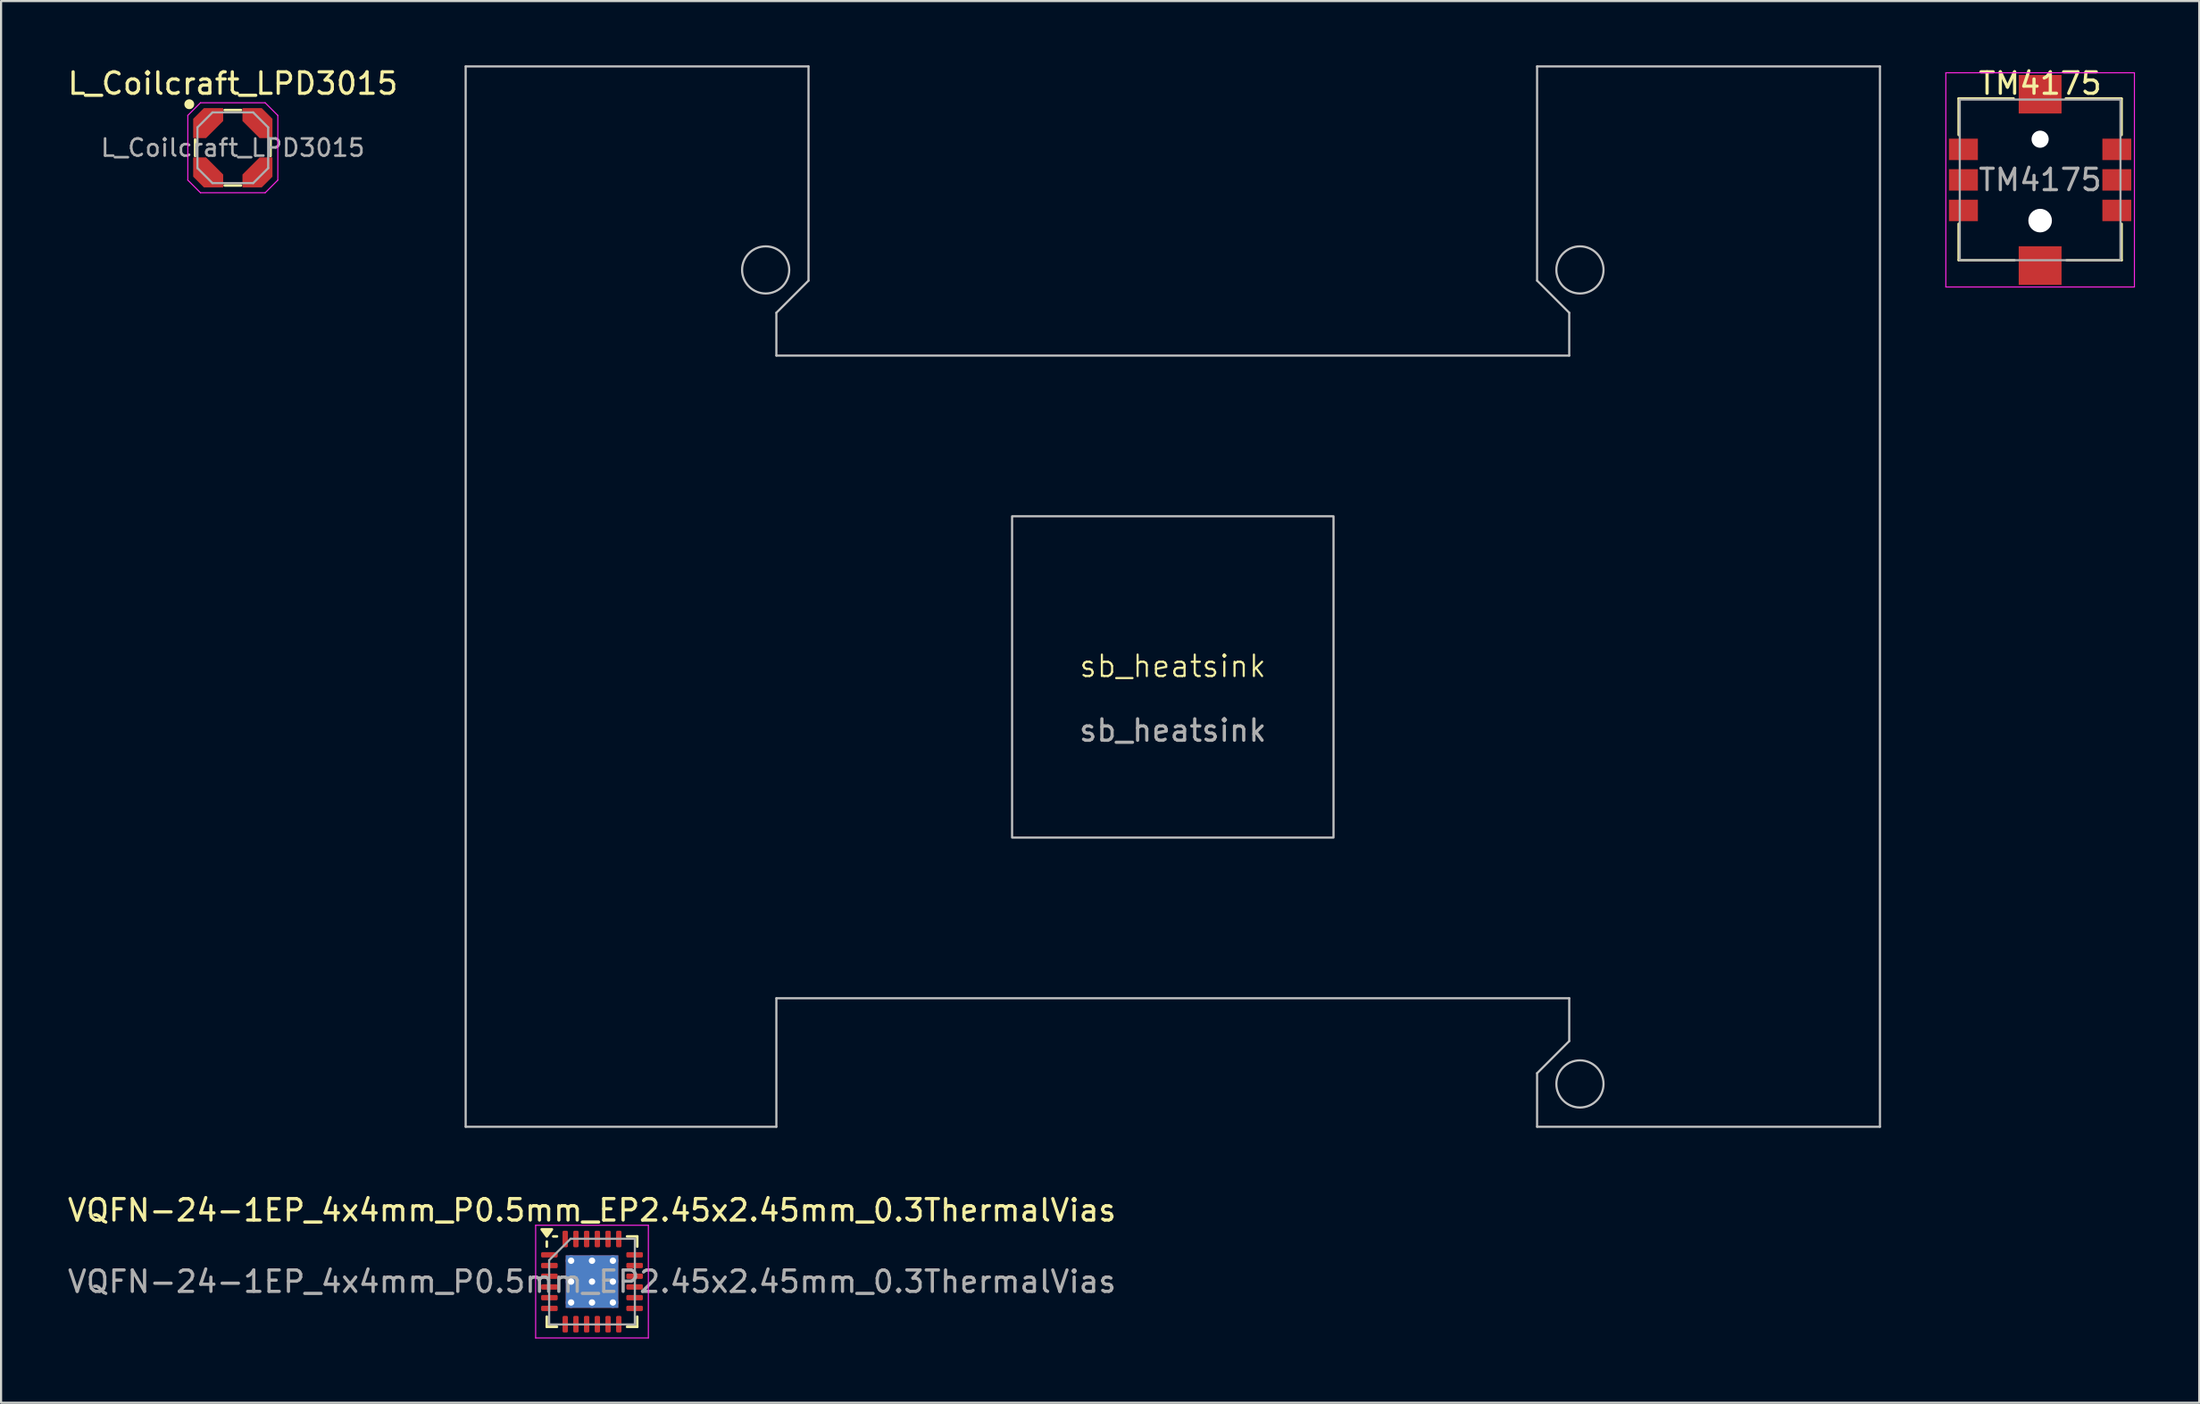
<source format=kicad_pcb>
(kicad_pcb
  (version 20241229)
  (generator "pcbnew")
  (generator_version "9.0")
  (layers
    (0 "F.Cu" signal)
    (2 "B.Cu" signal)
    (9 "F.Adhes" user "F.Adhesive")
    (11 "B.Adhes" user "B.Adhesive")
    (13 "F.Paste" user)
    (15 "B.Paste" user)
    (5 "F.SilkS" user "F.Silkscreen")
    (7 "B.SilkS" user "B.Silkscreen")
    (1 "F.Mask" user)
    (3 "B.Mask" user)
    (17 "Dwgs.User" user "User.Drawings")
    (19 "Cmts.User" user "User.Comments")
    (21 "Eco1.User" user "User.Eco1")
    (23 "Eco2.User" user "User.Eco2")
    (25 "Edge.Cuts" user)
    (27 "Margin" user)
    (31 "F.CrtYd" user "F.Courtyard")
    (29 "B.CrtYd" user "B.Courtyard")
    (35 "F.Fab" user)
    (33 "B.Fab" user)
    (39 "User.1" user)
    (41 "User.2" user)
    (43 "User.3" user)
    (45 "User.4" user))
  (footprint "sb_heatsink"
    (layer "F.Cu")
    (at 51.681 28.55)
    (property "Reference" "sb_heatsink" (at 0 -0.5 0) (unlocked yes) (layer "F.SilkS") (effects (font (size 1 1) (thickness 0.1))))
    (attr smd)
    (fp_line (start -33 -28.5) (end -33 21) (stroke (width 0.1) (type default)) (layer "Dwgs.User"))
    (fp_line (start -18.5 -15) (end -18.5 -17) (stroke (width 0.1) (type default)) (layer "Dwgs.User"))
    (fp_line (start -18.5 15) (end -18.5 21) (stroke (width 0.1) (type default)) (layer "Dwgs.User"))
    (fp_line (start -18.5 21) (end -33 21) (stroke (width 0.1) (type default)) (layer "Dwgs.User"))
    (fp_line (start -17 -28.5) (end -33 -28.5) (stroke (width 0.1) (type default)) (layer "Dwgs.User"))
    (fp_line (start -17 -28.5) (end -17 -18.5) (stroke (width 0.1) (type default)) (layer "Dwgs.User"))
    (fp_line (start -17 -18.5) (end -18.5 -17) (stroke (width 0.1) (type default)) (layer "Dwgs.User"))
    (fp_line (start 17 -28.5) (end 17 -18.5) (stroke (width 0.1) (type default)) (layer "Dwgs.User"))
    (fp_line (start 17 18.5) (end 17 21) (stroke (width 0.1) (type default)) (layer "Dwgs.User"))
    (fp_line (start 18.5 -17) (end 17 -18.5) (stroke (width 0.1) (type default)) (layer "Dwgs.User"))
    (fp_line (start 18.5 -15) (end -18.5 -15) (stroke (width 0.1) (type default)) (layer "Dwgs.User"))
    (fp_line (start 18.5 -15) (end 18.5 -17) (stroke (width 0.1) (type default)) (layer "Dwgs.User"))
    (fp_line (start 18.5 15) (end -18.5 15) (stroke (width 0.1) (type default)) (layer "Dwgs.User"))
    (fp_line (start 18.5 17) (end 17 18.5) (stroke (width 0.1) (type default)) (layer "Dwgs.User"))
    (fp_line (start 18.5 17) (end 18.5 15) (stroke (width 0.1) (type default)) (layer "Dwgs.User"))
    (fp_line (start 33 -28.5) (end 17 -28.5) (stroke (width 0.1) (type default)) (layer "Dwgs.User"))
    (fp_line (start 33 -28.5) (end 33 21) (stroke (width 0.1) (type default)) (layer "Dwgs.User"))
    (fp_line (start 33 21) (end 17 21) (stroke (width 0.1) (type default)) (layer "Dwgs.User"))
    (fp_rect (start -7.5 7.5) (end 7.5 -7.5) (stroke (width 0.1) (type default)) (fill no) (layer "Dwgs.User"))
    (fp_circle (center -19 -19) (end -17.9 -19) (stroke (width 0.1) (type default)) (fill no) (layer "Dwgs.User"))
    (fp_circle (center 19 -19) (end 20.1 -19) (stroke (width 0.1) (type default)) (fill no) (layer "Dwgs.User"))
    (fp_circle (center 19 19) (end 20.1 19) (stroke (width 0.1) (type default)) (fill no) (layer "Dwgs.User"))
    (fp_text user "${REFERENCE}" (at 0 2.5 0) (unlocked yes) (layer "F.Fab") (effects (font (size 1 1) (thickness 0.15))))
    (zone (net_name "") (layers "F.Cu" "F.CrtYd") (hatch edge 0.5) (connect_pads) (min_thickness 0.25) (filled_areas_thickness no) (keepout (tracks allowed) (vias allowed) (pads allowed) (copperpour allowed) (footprints not_allowed)) (placement (enabled no)) (fill) (polygon (pts (xy 18.681 0.05) (xy 18.681 49.55) (xy 33.181 49.55) (xy 33.181 43.55) (xy 51.681 43.55) (xy 51.681 36.05) (xy 44.181 36.05) (xy 44.181 21.05) (xy 59.181 21.05) (xy 59.181 36.05) (xy 51.681 36.05) (xy 51.681 43.55) (xy 70.181 43.55) (xy 70.181 45.55) (xy 68.681 47.05) (xy 68.681 49.55) (xy 84.681 49.55) (xy 84.681 0.05) (xy 68.681 0.05) (xy 68.681 10.05) (xy 70.181 11.55) (xy 70.181 13.55) (xy 33.181 13.55) (xy 33.181 11.55) (xy 34.681 10.05) (xy 34.681 0.05)))))
  (footprint "VQFN-24-1EP_4x4mm_P0.5mm_EP2.45x2.45mm_0.3ThermalVias"
    (layer "F.Cu")
    (at 24.577 56.778)
    (property "Reference" "VQFN-24-1EP_4x4mm_P0.5mm_EP2.45x2.45mm_0.3ThermalVias" (at 0 -3.33 0) (layer "F.SilkS") (effects (font (size 1 1) (thickness 0.15))))
    (attr smd)
    (fp_line (start -2.11 -1.635) (end -2.11 -1.87) (stroke (width 0.12) (type solid)) (layer "F.SilkS"))
    (fp_line (start -2.11 2.11) (end -2.11 1.635) (stroke (width 0.12) (type solid)) (layer "F.SilkS"))
    (fp_line (start -1.635 -2.11) (end -1.81 -2.11) (stroke (width 0.12) (type solid)) (layer "F.SilkS"))
    (fp_line (start -1.635 2.11) (end -2.11 2.11) (stroke (width 0.12) (type solid)) (layer "F.SilkS"))
    (fp_line (start 1.635 -2.11) (end 2.11 -2.11) (stroke (width 0.12) (type solid)) (layer "F.SilkS"))
    (fp_line (start 1.635 2.11) (end 2.11 2.11) (stroke (width 0.12) (type solid)) (layer "F.SilkS"))
    (fp_line (start 2.11 -2.11) (end 2.11 -1.635) (stroke (width 0.12) (type solid)) (layer "F.SilkS"))
    (fp_line (start 2.11 2.11) (end 2.11 1.635) (stroke (width 0.12) (type solid)) (layer "F.SilkS"))
    (fp_poly (pts (xy -2.11 -2.11) (xy -2.35 -2.44) (xy -1.87 -2.44) (xy -2.11 -2.11)) (stroke (width 0.12) (type solid)) (fill yes) (layer "F.SilkS"))
    (fp_line (start -2.63 -2.63) (end -2.63 2.63) (stroke (width 0.05) (type solid)) (layer "F.CrtYd"))
    (fp_line (start -2.63 2.63) (end 2.63 2.63) (stroke (width 0.05) (type solid)) (layer "F.CrtYd"))
    (fp_line (start 2.63 -2.63) (end -2.63 -2.63) (stroke (width 0.05) (type solid)) (layer "F.CrtYd"))
    (fp_line (start 2.63 2.63) (end 2.63 -2.63) (stroke (width 0.05) (type solid)) (layer "F.CrtYd"))
    (fp_line (start -2 -1) (end -1 -2) (stroke (width 0.1) (type solid)) (layer "F.Fab"))
    (fp_line (start -2 2) (end -2 -1) (stroke (width 0.1) (type solid)) (layer "F.Fab"))
    (fp_line (start -1 -2) (end 2 -2) (stroke (width 0.1) (type solid)) (layer "F.Fab"))
    (fp_line (start 2 -2) (end 2 2) (stroke (width 0.1) (type solid)) (layer "F.Fab"))
    (fp_line (start 2 2) (end -2 2) (stroke (width 0.1) (type solid)) (layer "F.Fab"))
    (fp_text user "${REFERENCE}" (at 0 0 0) (layer "F.Fab") (effects (font (size 1 1) (thickness 0.15))))
    (pad "" smd custom (at -0.56 -0.56) (size 0.756 0.756) (layers "F.Paste") (options (anchor circle)) (primitives (gr_poly (pts (xy -0.301 -0.175) (xy -0.175 -0.301) (xy 0.175 -0.301) (xy 0.301 -0.175) (xy 0.301 0.175) (xy 0.175 0.301) (xy -0.175 0.301) (xy -0.301 0.175)) (width 0.306) (fill yes))))
    (pad "" smd custom (at -0.56 0.56) (size 0.756 0.756) (layers "F.Paste") (options (anchor circle)) (primitives (gr_poly (pts (xy -0.301 -0.175) (xy -0.175 -0.301) (xy 0.175 -0.301) (xy 0.301 -0.175) (xy 0.301 0.175) (xy 0.175 0.301) (xy -0.175 0.301) (xy -0.301 0.175)) (width 0.306) (fill yes))))
    (pad "" smd custom (at 0.56 -0.56) (size 0.756 0.756) (layers "F.Paste") (options (anchor circle)) (primitives (gr_poly (pts (xy -0.301 -0.175) (xy -0.175 -0.301) (xy 0.175 -0.301) (xy 0.301 -0.175) (xy 0.301 0.175) (xy 0.175 0.301) (xy -0.175 0.301) (xy -0.301 0.175)) (width 0.306) (fill yes))))
    (pad "" smd custom (at 0.56 0.56) (size 0.756 0.756) (layers "F.Paste") (options (anchor circle)) (primitives (gr_poly (pts (xy -0.301 -0.175) (xy -0.175 -0.301) (xy 0.175 -0.301) (xy 0.301 -0.175) (xy 0.301 0.175) (xy 0.175 0.301) (xy -0.175 0.301) (xy -0.301 0.175)) (width 0.306) (fill yes))))
    (pad "1" smd roundrect (at -1.988 -1.25) (size 0.775 0.25) (layers "F.Cu" "F.Mask" "F.Paste") (roundrect_rratio 0.25))
    (pad "2" smd roundrect (at -1.988 -0.75) (size 0.775 0.25) (layers "F.Cu" "F.Mask" "F.Paste") (roundrect_rratio 0.25))
    (pad "3" smd roundrect (at -1.988 -0.25) (size 0.775 0.25) (layers "F.Cu" "F.Mask" "F.Paste") (roundrect_rratio 0.25))
    (pad "4" smd roundrect (at -1.988 0.25) (size 0.775 0.25) (layers "F.Cu" "F.Mask" "F.Paste") (roundrect_rratio 0.25))
    (pad "5" smd roundrect (at -1.988 0.75) (size 0.775 0.25) (layers "F.Cu" "F.Mask" "F.Paste") (roundrect_rratio 0.25))
    (pad "6" smd roundrect (at -1.988 1.25) (size 0.775 0.25) (layers "F.Cu" "F.Mask" "F.Paste") (roundrect_rratio 0.25))
    (pad "7" smd roundrect (at -1.25 1.988) (size 0.25 0.775) (layers "F.Cu" "F.Mask" "F.Paste") (roundrect_rratio 0.25))
    (pad "8" smd roundrect (at -0.75 1.988) (size 0.25 0.775) (layers "F.Cu" "F.Mask" "F.Paste") (roundrect_rratio 0.25))
    (pad "9" smd roundrect (at -0.25 1.988) (size 0.25 0.775) (layers "F.Cu" "F.Mask" "F.Paste") (roundrect_rratio 0.25))
    (pad "10" smd roundrect (at 0.25 1.988) (size 0.25 0.775) (layers "F.Cu" "F.Mask" "F.Paste") (roundrect_rratio 0.25))
    (pad "11" smd roundrect (at 0.75 1.988) (size 0.25 0.775) (layers "F.Cu" "F.Mask" "F.Paste") (roundrect_rratio 0.25))
    (pad "12" smd roundrect (at 1.25 1.988) (size 0.25 0.775) (layers "F.Cu" "F.Mask" "F.Paste") (roundrect_rratio 0.25))
    (pad "13" smd roundrect (at 1.988 1.25) (size 0.775 0.25) (layers "F.Cu" "F.Mask" "F.Paste") (roundrect_rratio 0.25))
    (pad "14" smd roundrect (at 1.988 0.75) (size 0.775 0.25) (layers "F.Cu" "F.Mask" "F.Paste") (roundrect_rratio 0.25))
    (pad "15" smd roundrect (at 1.988 0.25) (size 0.775 0.25) (layers "F.Cu" "F.Mask" "F.Paste") (roundrect_rratio 0.25))
    (pad "16" smd roundrect (at 1.988 -0.25) (size 0.775 0.25) (layers "F.Cu" "F.Mask" "F.Paste") (roundrect_rratio 0.25))
    (pad "17" smd roundrect (at 1.988 -0.75) (size 0.775 0.25) (layers "F.Cu" "F.Mask" "F.Paste") (roundrect_rratio 0.25))
    (pad "18" smd roundrect (at 1.988 -1.25) (size 0.775 0.25) (layers "F.Cu" "F.Mask" "F.Paste") (roundrect_rratio 0.25))
    (pad "19" smd roundrect (at 1.25 -1.988) (size 0.25 0.775) (layers "F.Cu" "F.Mask" "F.Paste") (roundrect_rratio 0.25))
    (pad "20" smd roundrect (at 0.75 -1.988) (size 0.25 0.775) (layers "F.Cu" "F.Mask" "F.Paste") (roundrect_rratio 0.25))
    (pad "21" smd roundrect (at 0.25 -1.988) (size 0.25 0.775) (layers "F.Cu" "F.Mask" "F.Paste") (roundrect_rratio 0.25))
    (pad "22" smd roundrect (at -0.25 -1.988) (size 0.25 0.775) (layers "F.Cu" "F.Mask" "F.Paste") (roundrect_rratio 0.25))
    (pad "23" smd roundrect (at -0.75 -1.988) (size 0.25 0.775) (layers "F.Cu" "F.Mask" "F.Paste") (roundrect_rratio 0.25))
    (pad "24" smd roundrect (at -1.25 -1.988) (size 0.25 0.775) (layers "F.Cu" "F.Mask" "F.Paste") (roundrect_rratio 0.25))
    (pad "25" thru_hole circle (at -0.975 -0.975) (size 0.5 0.5) (drill 0.3) (property pad_prop_heatsink) (layers "*.Cu"))
    (pad "25" thru_hole circle (at -0.975 0) (size 0.5 0.5) (drill 0.3) (property pad_prop_heatsink) (layers "*.Cu"))
    (pad "25" thru_hole circle (at -0.975 0.975) (size 0.5 0.5) (drill 0.3) (property pad_prop_heatsink) (layers "*.Cu"))
    (pad "25" thru_hole circle (at 0 -0.975) (size 0.5 0.5) (drill 0.3) (property pad_prop_heatsink) (layers "*.Cu"))
    (pad "25" thru_hole circle (at 0 0) (size 0.5 0.5) (drill 0.3) (property pad_prop_heatsink) (layers "*.Cu"))
    (pad "25" smd rect (at 0 0) (size 2.45 2.45) (property pad_prop_heatsink) (layers "F.Cu" "F.Mask"))
    (pad "25" smd rect (at 0 0) (size 2.45 2.45) (property pad_prop_heatsink) (layers "B.Cu"))
    (pad "25" thru_hole circle (at 0 0.975) (size 0.5 0.5) (drill 0.3) (property pad_prop_heatsink) (layers "*.Cu"))
    (pad "25" thru_hole circle (at 0.975 -0.975) (size 0.5 0.5) (drill 0.3) (property pad_prop_heatsink) (layers "*.Cu"))
    (pad "25" thru_hole circle (at 0.975 0) (size 0.5 0.5) (drill 0.3) (property pad_prop_heatsink) (layers "*.Cu"))
    (pad "25" thru_hole circle (at 0.975 0.975) (size 0.5 0.5) (drill 0.3) (property pad_prop_heatsink) (layers "*.Cu")))
  (footprint "L_Coilcraft_LPD3015"
    (layer "F.Cu")
    (at 7.815 3.848)
    (property "Reference" "L_Coilcraft_LPD3015" (at 0 -3 0) (layer "F.SilkS") (effects (font (size 1 1) (thickness 0.15))))
    (attr smd)
    (fp_line (start -1.76 0.381) (end -1.76 -0.381) (stroke (width 0.12) (type solid)) (layer "F.SilkS"))
    (fp_line (start -0.381 -1.76) (end 0.381 -1.76) (stroke (width 0.12) (type solid)) (layer "F.SilkS"))
    (fp_line (start -0.381 1.76) (end 0.381 1.76) (stroke (width 0.12) (type solid)) (layer "F.SilkS"))
    (fp_line (start 1.76 0.381) (end 1.76 -0.381) (stroke (width 0.12) (type solid)) (layer "F.SilkS"))
    (fp_circle (center -2.032 -2.032) (end -1.905 -1.905) (stroke (width 0.1) (type solid)) (fill yes) (layer "F.SilkS"))
    (fp_line (start -2.1 -1.51) (end -2.1 1.51) (stroke (width 0.05) (type solid)) (layer "F.CrtYd"))
    (fp_line (start -1.51 -2.1) (end -2.1 -1.51) (stroke (width 0.05) (type solid)) (layer "F.CrtYd"))
    (fp_line (start -1.51 -2.1) (end 1.51 -2.1) (stroke (width 0.05) (type solid)) (layer "F.CrtYd"))
    (fp_line (start -1.51 2.1) (end -2.1 1.51) (stroke (width 0.05) (type solid)) (layer "F.CrtYd"))
    (fp_line (start -1.51 2.1) (end 1.51 2.1) (stroke (width 0.05) (type solid)) (layer "F.CrtYd"))
    (fp_line (start 1.51 -2.1) (end 2.1 -1.51) (stroke (width 0.05) (type solid)) (layer "F.CrtYd"))
    (fp_line (start 1.51 2.1) (end 2.1 1.51) (stroke (width 0.05) (type solid)) (layer "F.CrtYd"))
    (fp_line (start 2.1 -1.51) (end 2.1 1.51) (stroke (width 0.05) (type solid)) (layer "F.CrtYd"))
    (fp_line (start -1.65 -0.95) (end -0.95 -1.65) (stroke (width 0.1) (type solid)) (layer "F.Fab"))
    (fp_line (start -1.65 0.95) (end -1.65 -0.95) (stroke (width 0.1) (type solid)) (layer "F.Fab"))
    (fp_line (start -1.65 0.95) (end -0.95 1.65) (stroke (width 0.1) (type solid)) (layer "F.Fab"))
    (fp_line (start -0.95 -1.65) (end 0.95 -1.65) (stroke (width 0.1) (type solid)) (layer "F.Fab"))
    (fp_line (start 0.95 -1.65) (end 1.65 -0.95) (stroke (width 0.1) (type solid)) (layer "F.Fab"))
    (fp_line (start 0.95 1.65) (end -0.95 1.65) (stroke (width 0.1) (type solid)) (layer "F.Fab"))
    (fp_line (start 0.95 1.65) (end 1.65 0.95) (stroke (width 0.1) (type solid)) (layer "F.Fab"))
    (fp_line (start 1.65 -0.95) (end 1.65 0.95) (stroke (width 0.1) (type solid)) (layer "F.Fab"))
    (fp_text user "${REFERENCE}" (at 0 0 0) (layer "F.Fab") (effects (font (size 0.8 0.8) (thickness 0.12))))
    (pad "1" smd custom (at -1.55 -0.9) (size 0.6 0.4) (layers "F.Cu" "F.Mask" "F.Paste") (options (anchor rect)) (primitives (gr_poly (pts (xy 1.1 -0.35) (xy 0.3 0.45) (xy -0.3 0.45) (xy -0.3 -0.45) (xy 0.2 -0.95) (xy 1.1 -0.95)) (width 0) (fill yes))))
    (pad "2" smd custom (at -1.55 0.9) (size 0.6 0.4) (layers "F.Cu" "F.Mask" "F.Paste") (options (anchor rect)) (primitives (gr_poly (pts (xy 1.1 0.35) (xy 0.3 -0.45) (xy -0.3 -0.45) (xy -0.3 0.45) (xy 0.2 0.95) (xy 1.1 0.95)) (width 0) (fill yes))))
    (pad "3" smd custom (at 1.55 0.9) (size 0.6 0.4) (layers "F.Cu" "F.Mask" "F.Paste") (options (anchor rect)) (primitives (gr_poly (pts (xy -1.1 0.35) (xy -0.3 -0.45) (xy 0.3 -0.45) (xy 0.3 0.45) (xy -0.2 0.95) (xy -1.1 0.95)) (width 0) (fill yes))))
    (pad "4" smd custom (at 1.55 -0.9) (size 0.6 0.4) (layers "F.Cu" "F.Mask" "F.Paste") (options (anchor rect)) (primitives (gr_poly (pts (xy -1.1 -0.35) (xy -0.3 0.45) (xy 0.3 0.45) (xy 0.3 -0.45) (xy -0.2 -0.95) (xy -1.1 -0.95)) (width 0) (fill yes)))))
  (footprint "TM4175"
    (layer "F.Cu")
    (at 92.156 5.348)
    (property "Reference" "TM4175" (at 0 -4.5 0) (layer "F.SilkS") (effects (font (size 1 1) (thickness 0.15))))
    (attr smd)
    (fp_line (start -3.8 -2.1) (end -3.8 -3.8) (stroke (width 0.12) (type solid)) (layer "F.SilkS"))
    (fp_line (start -3.8 2.05) (end -3.8 3.725) (stroke (width 0.12) (type solid)) (layer "F.SilkS"))
    (fp_line (start -3.8 3.75) (end -1.2 3.75) (stroke (width 0.12) (type solid)) (layer "F.SilkS"))
    (fp_line (start -1.238 -3.8) (end -3.8 -3.8) (stroke (width 0.12) (type solid)) (layer "F.SilkS"))
    (fp_line (start 1.238 3.75) (end 3.8 3.75) (stroke (width 0.12) (type solid)) (layer "F.SilkS"))
    (fp_line (start 3.8 -3.8) (end 1.2 -3.8) (stroke (width 0.12) (type solid)) (layer "F.SilkS"))
    (fp_line (start 3.8 -2.1) (end 3.8 -3.775) (stroke (width 0.12) (type solid)) (layer "F.SilkS"))
    (fp_line (start 3.8 2.05) (end 3.8 3.75) (stroke (width 0.12) (type solid)) (layer "F.SilkS"))
    (fp_line (start -4.4 5) (end -4.4 -5) (stroke (width 0.05) (type solid)) (layer "F.CrtYd"))
    (fp_line (start 4.4 -5) (end -4.4 -5) (stroke (width 0.05) (type solid)) (layer "F.CrtYd"))
    (fp_line (start 4.4 5) (end -4.4 5) (stroke (width 0.05) (type solid)) (layer "F.CrtYd"))
    (fp_line (start 4.4 5) (end 4.4 -5) (stroke (width 0.05) (type solid)) (layer "F.CrtYd"))
    (fp_line (start -3.75 3.75) (end -3.75 -3.75) (stroke (width 0.1) (type solid)) (layer "F.Fab"))
    (fp_line (start 3.75 -3.75) (end -3.75 -3.75) (stroke (width 0.1) (type solid)) (layer "F.Fab"))
    (fp_line (start 3.75 3.75) (end -3.75 3.75) (stroke (width 0.1) (type solid)) (layer "F.Fab"))
    (fp_line (start 3.75 3.75) (end 3.75 -3.75) (stroke (width 0.1) (type solid)) (layer "F.Fab"))
    (fp_text user "${REFERENCE}" (at 0 0 0) (layer "F.Fab") (effects (font (size 1 1) (thickness 0.15))))
    (pad "" np_thru_hole circle (at 0 -1.9 180) (size 0.8 0.8) (drill 0.8) (layers "*.Cu" "*.Mask"))
    (pad "" np_thru_hole circle (at 0 1.9 180) (size 1.1 1.1) (drill 1.1) (layers "*.Cu" "*.Mask"))
    (pad "1" smd rect (at 3.58 1.425 180) (size 1.35 1) (layers "F.Cu" "F.Mask" "F.Paste"))
    (pad "2" smd rect (at 3.58 0 180) (size 1.35 1) (layers "F.Cu" "F.Mask" "F.Paste"))
    (pad "3" smd rect (at 3.58 -1.425 180) (size 1.35 1) (layers "F.Cu" "F.Mask" "F.Paste"))
    (pad "4" smd rect (at -3.58 1.425 180) (size 1.35 1) (layers "F.Cu" "F.Mask" "F.Paste"))
    (pad "5" smd rect (at -3.58 0 180) (size 1.35 1) (layers "F.Cu" "F.Mask" "F.Paste"))
    (pad "6" smd rect (at -3.58 -1.425 180) (size 1.35 1) (layers "F.Cu" "F.Mask" "F.Paste"))
    (pad "MP" smd rect (at 0 -4 180) (size 2 1.8) (layers "F.Cu" "F.Mask" "F.Paste"))
    (pad "MP" smd rect (at 0 4 180) (size 2 1.8) (layers "F.Cu" "F.Mask" "F.Paste")))
  (gr_rect
    (start -3 -3)
    (end 99.581 62.433)
    (stroke (width 0.1) (type default))
    (fill no)
    (layer "Edge.Cuts")))
</source>
